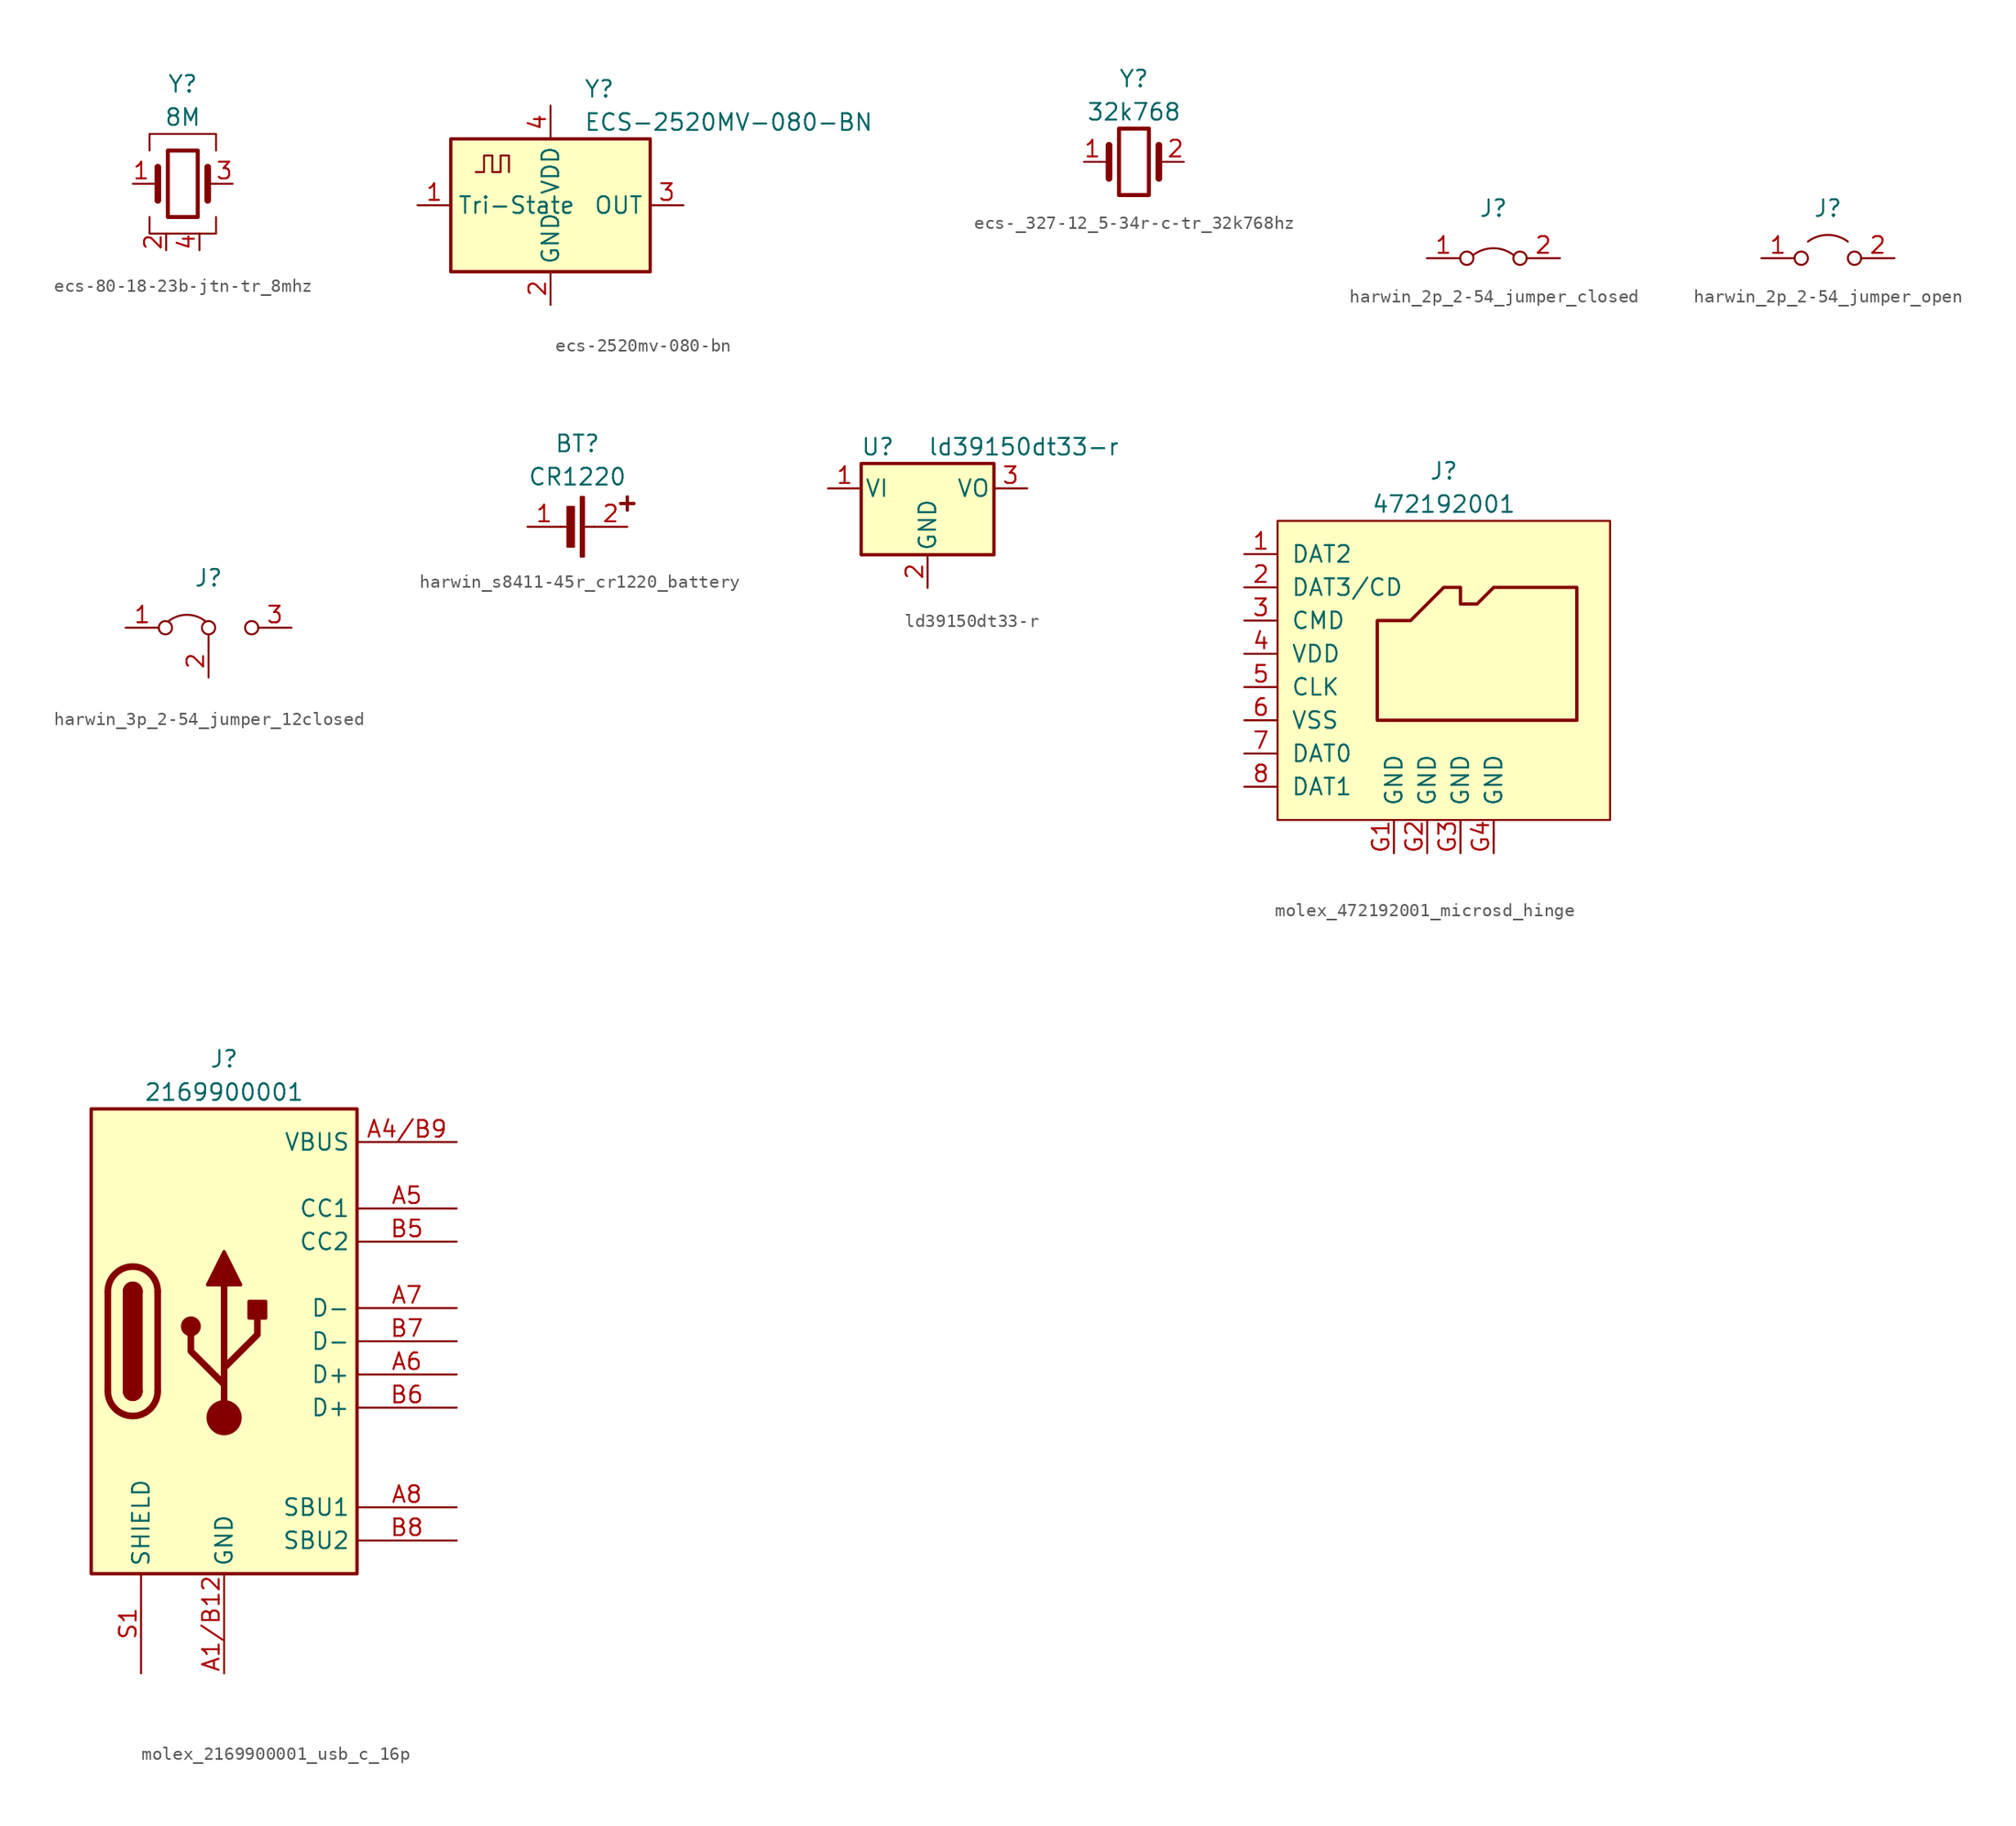
<source format=kicad_sym>
(kicad_symbol_lib
  (version 20241209)
  (generator "kicad_symbol_editor")
  (generator_version "9.0")
  (symbol "ecs-80-18-23b-jtn-tr_8mhz"
    (property "Reference" "Y"
      (at 0 7.62 0)
      (effects (font (size 1.27 1.27))))
    (property "Value" "8M"
      (at 0 5.08 0)
      (effects (font (size 1.27 1.27))))
    (symbol "ecs-80-18-23b-jtn-tr_8mhz_0_1"
      (polyline (pts (xy -2.54 2.54) (xy -2.54 3.81) (xy 2.54 3.81) (xy 2.54 2.54)) (stroke (width 0) (type default)) (fill (type none)))
      (polyline (pts (xy -2.54 0) (xy -1.905 0)) (stroke (width 0) (type default)) (fill (type none)))
      (polyline (pts (xy -2.54 -2.54) (xy -2.54 -3.81) (xy 2.54 -3.81) (xy 2.54 -2.54)) (stroke (width 0) (type default)) (fill (type none)))
      (polyline (pts (xy -1.905 -1.27) (xy -1.905 1.27)) (stroke (width 0.508) (type default)) (fill (type none)))
      (rectangle (start -1.143 2.54) (end 1.143 -2.54) (stroke (width 0.305) (type default)) (fill (type none)))
      (polyline (pts (xy 1.905 -1.27) (xy 1.905 1.27)) (stroke (width 0.508) (type default)) (fill (type none)))
      (polyline (pts (xy 2.54 0) (xy 1.905 0)) (stroke (width 0) (type default)) (fill (type none))))
    (symbol "ecs-80-18-23b-jtn-tr_8mhz_1_0"
      (pin passive line (at -3.81 0 0) (length 1.27) (name "" (effects (font (size 1.27 1.27)))) (number "1" (effects (font (size 1.27 1.27)))))
      (pin passive line (at 3.81 0 180) (length 1.27) (name "" (effects (font (size 1.27 1.27)))) (number "3" (effects (font (size 1.27 1.27))))))
    (symbol "ecs-80-18-23b-jtn-tr_8mhz_1_1"
      (pin power_in line (at -1.27 -5.08 90) (length 1.27) (name "" (effects (font (size 1.27 1.27)))) (number "2" (effects (font (size 1.27 1.27)))))
      (pin power_in line (at 1.27 -5.08 90) (length 1.27) (name "" (effects (font (size 1.27 1.27)))) (number "4" (effects (font (size 1.27 1.27)))))))
  (symbol "ecs-2520mv-080-bn"
    (property "Reference" "Y"
      (at 2.54 8.89 0)
      (effects (font (size 1.27 1.27)) (justify left)))
    (property "Value" "ECS-2520MV-080-BN"
      (at 2.54 6.35 0)
      (effects (font (size 1.27 1.27)) (justify left)))
    (symbol "ecs-2520mv-080-bn_0_1"
      (rectangle (start -7.62 5.08) (end 7.62 -5.08) (stroke (width 0.254) (type default)) (fill (type background)))
      (polyline (pts (xy -5.715 2.54) (xy -5.08 2.54) (xy -5.08 3.81) (xy -4.445 3.81) (xy -4.445 2.54) (xy -3.81 2.54) (xy -3.81 3.81) (xy -3.175 3.81) (xy -3.175 2.54)) (stroke (width 0) (type default)) (fill (type none))))
    (symbol "ecs-2520mv-080-bn_1_1"
      (pin input line (at -10.16 0 0) (length 2.54) (name "Tri-State" (effects (font (size 1.27 1.27)))) (number "1" (effects (font (size 1.27 1.27)))))
      (pin power_in line (at 0 7.62 270) (length 2.54) (name "VDD" (effects (font (size 1.27 1.27)))) (number "4" (effects (font (size 1.27 1.27)))))
      (pin power_in line (at 0 -7.62 90) (length 2.54) (name "GND" (effects (font (size 1.27 1.27)))) (number "2" (effects (font (size 1.27 1.27)))))
      (pin output line (at 10.16 0 180) (length 2.54) (name "OUT" (effects (font (size 1.27 1.27)))) (number "3" (effects (font (size 1.27 1.27)))))))
  (symbol "ecs-_327-12_5-34r-c-tr_32k768hz"
    (property "Reference" "Y"
      (at 0 6.35 0)
      (effects (font (size 1.27 1.27))))
    (property "Value" "32k768"
      (at 0 3.81 0)
      (effects (font (size 1.27 1.27))))
    (symbol "ecs-_327-12_5-34r-c-tr_32k768hz_0_1"
      (polyline (pts (xy -2.54 0) (xy -1.905 0)) (stroke (width 0) (type default)) (fill (type none)))
      (polyline (pts (xy -1.905 -1.27) (xy -1.905 1.27)) (stroke (width 0.508) (type default)) (fill (type none)))
      (rectangle (start -1.143 2.54) (end 1.143 -2.54) (stroke (width 0.305) (type default)) (fill (type none)))
      (polyline (pts (xy 1.905 -1.27) (xy 1.905 1.27)) (stroke (width 0.508) (type default)) (fill (type none)))
      (polyline (pts (xy 2.54 0) (xy 1.905 0)) (stroke (width 0) (type default)) (fill (type none))))
    (symbol "ecs-_327-12_5-34r-c-tr_32k768hz_1_0"
      (pin passive line (at -3.81 0 0) (length 1.27) (name "" (effects (font (size 1.27 1.27)))) (number "1" (effects (font (size 1.27 1.27)))))
      (pin passive line (at 3.81 0 180) (length 1.27) (name "" (effects (font (size 1.27 1.27)))) (number "2" (effects (font (size 1.27 1.27)))))))
  (symbol "harwin_2p_2-54_jumper_closed"
    (pin_names
      (offset 1.016))
    (property "Reference" "J"
      (at 0 3.81 0)
      (effects (font (size 1.27 1.27))))
    (property "Value" ""
      (at 0 13.97 0)
      (effects (font (size 1.27 1.27))))
    (symbol "harwin_2p_2-54_jumper_closed_0_0"
      (circle (center -2.032 0) (radius 0.508) (stroke (width 0) (type default)) (fill (type none)))
      (circle (center 2.032 0) (radius 0.508) (stroke (width 0) (type default)) (fill (type none))))
    (symbol "harwin_2p_2-54_jumper_closed_0_1"
      (arc (start -1.524 0.254) (mid 0 0.762) (end 1.524 0.254) (stroke (width 0) (type default)) (fill (type none))))
    (symbol "harwin_2p_2-54_jumper_closed_1_1"
      (pin passive line (at -5.08 0 0) (length 2.54) (name "" (effects (font (size 1.27 1.27)))) (number "1" (effects (font (size 1.27 1.27)))))
      (pin passive line (at 5.08 0 180) (length 2.54) (name "" (effects (font (size 1.27 1.27)))) (number "2" (effects (font (size 1.27 1.27)))))))
  (symbol "harwin_2p_2-54_jumper_open"
    (pin_names
      (offset 1.016))
    (property "Reference" "J"
      (at 0 3.81 0)
      (effects (font (size 1.27 1.27))))
    (property "Value" ""
      (at 0 13.97 0)
      (effects (font (size 1.27 1.27))))
    (symbol "harwin_2p_2-54_jumper_open_0_0"
      (circle (center -2.032 0) (radius 0.508) (stroke (width 0) (type default)) (fill (type none)))
      (circle (center 2.032 0) (radius 0.508) (stroke (width 0) (type default)) (fill (type none))))
    (symbol "harwin_2p_2-54_jumper_open_0_1"
      (arc (start -1.524 1.27) (mid 0 1.778) (end 1.524 1.27) (stroke (width 0) (type default)) (fill (type none))))
    (symbol "harwin_2p_2-54_jumper_open_1_1"
      (pin passive line (at -5.08 0 0) (length 2.54) (name "" (effects (font (size 1.27 1.27)))) (number "1" (effects (font (size 1.27 1.27)))))
      (pin passive line (at 5.08 0 180) (length 2.54) (name "" (effects (font (size 1.27 1.27)))) (number "2" (effects (font (size 1.27 1.27)))))))
  (symbol "harwin_3p_2-54_jumper_12closed"
    (pin_names
      (offset 1.016))
    (property "Reference" "J"
      (at 0 3.81 0)
      (effects (font (size 1.27 1.27))))
    (property "Value" ""
      (at 0 13.97 0)
      (effects (font (size 1.27 1.27))))
    (symbol "harwin_3p_2-54_jumper_12closed_0_0"
      (circle (center -3.302 0) (radius 0.508) (stroke (width 0) (type default)) (fill (type none)))
      (circle (center 0 0) (radius 0.508) (stroke (width 0) (type default)) (fill (type none)))
      (circle (center 3.302 0) (radius 0.508) (stroke (width 0) (type default)) (fill (type none))))
    (symbol "harwin_3p_2-54_jumper_12closed_0_1"
      (arc (start -3.048 0.508) (mid -1.651 0.9912) (end -0.254 0.508) (stroke (width 0) (type default)) (fill (type none)))
      (polyline (pts (xy 0 -1.27) (xy 0 -0.508)) (stroke (width 0) (type default)) (fill (type none))))
    (symbol "harwin_3p_2-54_jumper_12closed_1_1"
      (pin passive line (at -6.35 0 0) (length 2.54) (name "" (effects (font (size 1.27 1.27)))) (number "1" (effects (font (size 1.27 1.27)))))
      (pin passive line (at 0 -3.81 90) (length 2.54) (name "" (effects (font (size 1.27 1.27)))) (number "2" (effects (font (size 1.27 1.27)))))
      (pin passive line (at 6.35 0 180) (length 2.54) (name "" (effects (font (size 1.27 1.27)))) (number "3" (effects (font (size 1.27 1.27)))))))
  (symbol "harwin_s8411-45r_cr1220_battery"
    (pin_names
      (offset 1.016))
    (property "Reference" "BT"
      (at 0 6.35 0)
      (effects (font (size 1.27 1.27))))
    (property "Value" "CR1220"
      (at 0 3.81 0)
      (effects (font (size 1.27 1.27))))
    (symbol "harwin_s8411-45r_cr1220_battery_0_1"
      (polyline (pts (xy -0.508 0) (xy -1.27 0)) (stroke (width 0) (type default)) (fill (type none)))
      (rectangle (start -0.254 -1.524) (end -0.762 1.524) (stroke (width 0) (type default)) (fill (type outline)))
      (rectangle (start 0.254 2.286) (end 0.508 -2.286) (stroke (width 0) (type default)) (fill (type outline)))
      (polyline (pts (xy 0.508 0) (xy 1.27 0)) (stroke (width 0) (type default)) (fill (type none)))
      (polyline (pts (xy 3.81 1.27) (xy 3.81 2.286)) (stroke (width 0.254) (type default)) (fill (type none)))
      (polyline (pts (xy 4.318 1.778) (xy 3.302 1.778)) (stroke (width 0.254) (type default)) (fill (type none))))
    (symbol "harwin_s8411-45r_cr1220_battery_1_1"
      (pin passive line (at -3.81 0 0) (length 2.54) (name "" (effects (font (size 1.27 1.27)))) (number "1" (effects (font (size 1.27 1.27)))))
      (pin passive line (at 3.81 0 180) (length 2.54) (name "" (effects (font (size 1.27 1.27)))) (number "2" (effects (font (size 1.27 1.27)))))))
  (symbol "ld39150dt33-r"
    (pin_names
      (offset 0.254))
    (property "Reference" "U"
      (at -3.81 3.175 0)
      (effects (font (size 1.27 1.27))))
    (property "Value" "ld39150dt33-r"
      (at 0 3.175 0)
      (effects (font (size 1.27 1.27)) (justify left)))
    (symbol "ld39150dt33-r_0_1"
      (rectangle (start -5.08 -5.08) (end 5.08 1.905) (stroke (width 0.254) (type default)) (fill (type background))))
    (symbol "ld39150dt33-r_1_1"
      (pin power_in line (at -7.62 0 0) (length 2.54) (name "VI" (effects (font (size 1.27 1.27)))) (number "1" (effects (font (size 1.27 1.27)))))
      (pin power_in line (at 0 -7.62 90) (length 2.54) (name "GND" (effects (font (size 1.27 1.27)))) (number "2" (effects (font (size 1.27 1.27)))))
      (pin power_out line (at 7.62 0 180) (length 2.54) (name "VO" (effects (font (size 1.27 1.27)))) (number "3" (effects (font (size 1.27 1.27)))))))
  (symbol "molex_472192001_microsd_hinge"
    (pin_names
      (offset 1.016))
    (property "Reference" "J"
      (at 0 15.24 0)
      (effects (font (size 1.27 1.27))))
    (property "Value" "472192001"
      (at 0 12.7 0)
      (effects (font (size 1.27 1.27))))
    (symbol "molex_472192001_microsd_hinge_0_1"
      (polyline (pts (xy -5.08 -3.81) (xy -5.08 3.81) (xy -2.54 3.81) (xy 0 6.35) (xy 1.27 6.35) (xy 1.27 5.08) (xy 2.54 5.08) (xy 3.81 6.35) (xy 10.16 6.35) (xy 10.16 -3.81) (xy -5.08 -3.81)) (stroke (width 0.254) (type default)) (fill (type background))))
    (symbol "molex_472192001_microsd_hinge_1_1"
      (rectangle (start -12.7 11.43) (end 12.7 -11.43) (stroke (width 0) (type default)) (fill (type background)))
      (pin bidirectional line (at -15.24 8.89 0) (length 2.54) (name "DAT2" (effects (font (size 1.27 1.27)))) (number "1" (effects (font (size 1.27 1.27)))))
      (pin bidirectional line (at -15.24 6.35 0) (length 2.54) (name "DAT3/CD" (effects (font (size 1.27 1.27)))) (number "2" (effects (font (size 1.27 1.27)))))
      (pin input line (at -15.24 3.81 0) (length 2.54) (name "CMD" (effects (font (size 1.27 1.27)))) (number "3" (effects (font (size 1.27 1.27)))))
      (pin power_in line (at -15.24 1.27 0) (length 2.54) (name "VDD" (effects (font (size 1.27 1.27)))) (number "4" (effects (font (size 1.27 1.27)))))
      (pin input line (at -15.24 -1.27 0) (length 2.54) (name "CLK" (effects (font (size 1.27 1.27)))) (number "5" (effects (font (size 1.27 1.27)))))
      (pin power_in line (at -15.24 -3.81 0) (length 2.54) (name "VSS" (effects (font (size 1.27 1.27)))) (number "6" (effects (font (size 1.27 1.27)))))
      (pin bidirectional line (at -15.24 -6.35 0) (length 2.54) (name "DAT0" (effects (font (size 1.27 1.27)))) (number "7" (effects (font (size 1.27 1.27)))))
      (pin bidirectional line (at -15.24 -8.89 0) (length 2.54) (name "DAT1" (effects (font (size 1.27 1.27)))) (number "8" (effects (font (size 1.27 1.27)))))
      (pin passive line (at -3.81 -13.97 90) (length 2.54) (name "GND" (effects (font (size 1.27 1.27)))) (number "G1" (effects (font (size 1.27 1.27)))))
      (pin passive line (at -1.27 -13.97 90) (length 2.54) (name "GND" (effects (font (size 1.27 1.27)))) (number "G2" (effects (font (size 1.27 1.27)))))
      (pin passive line (at 1.27 -13.97 90) (length 2.54) (name "GND" (effects (font (size 1.27 1.27)))) (number "G3" (effects (font (size 1.27 1.27)))))
      (pin passive line (at 3.81 -13.97 90) (length 2.54) (name "GND" (effects (font (size 1.27 1.27)))) (number "G4" (effects (font (size 1.27 1.27)))))))
  (symbol "molex_2169900001_usb_c_16p"
    (property "Reference" "J"
      (at 0 21.59 0)
      (effects (font (size 1.27 1.27))))
    (property "Value" "2169900001"
      (at 0 19.05 0)
      (effects (font (size 1.27 1.27))))
    (symbol "molex_2169900001_usb_c_16p_0_1"
      (rectangle (start -10.16 17.78) (end 10.16 -17.78) (stroke (width 0.254) (type default)) (fill (type background)))
      (polyline (pts (xy -8.89 -3.81) (xy -8.89 3.81)) (stroke (width 0.508) (type default)) (fill (type none)))
      (rectangle (start -7.62 -3.81) (end -6.35 3.81) (stroke (width 0.254) (type default)) (fill (type outline)))
      (arc (start -7.62 3.81) (mid -6.985 4.4423) (end -6.35 3.81) (stroke (width 0.254) (type default)) (fill (type none)))
      (arc (start -7.62 3.81) (mid -6.985 4.4423) (end -6.35 3.81) (stroke (width 0.254) (type default)) (fill (type outline)))
      (arc (start -8.89 3.81) (mid -6.985 5.7067) (end -5.08 3.81) (stroke (width 0.508) (type default)) (fill (type none)))
      (arc (start -5.08 -3.81) (mid -6.985 -5.7067) (end -8.89 -3.81) (stroke (width 0.508) (type default)) (fill (type none)))
      (arc (start -6.35 -3.81) (mid -6.985 -4.4423) (end -7.62 -3.81) (stroke (width 0.254) (type default)) (fill (type none)))
      (arc (start -6.35 -3.81) (mid -6.985 -4.4423) (end -7.62 -3.81) (stroke (width 0.254) (type default)) (fill (type outline)))
      (polyline (pts (xy -5.08 3.81) (xy -5.08 -3.81)) (stroke (width 0.508) (type default)) (fill (type none)))
      (circle (center -2.54 1.143) (radius 0.635) (stroke (width 0.254) (type default)) (fill (type outline)))
      (polyline (pts (xy -1.27 4.318) (xy 0 6.858) (xy 1.27 4.318) (xy -1.27 4.318)) (stroke (width 0.254) (type default)) (fill (type outline)))
      (polyline (pts (xy 0 -2.032) (xy 2.54 0.508) (xy 2.54 1.778)) (stroke (width 0.508) (type default)) (fill (type none)))
      (polyline (pts (xy 0 -3.302) (xy -2.54 -0.762) (xy -2.54 0.508)) (stroke (width 0.508) (type default)) (fill (type none)))
      (polyline (pts (xy 0 -5.842) (xy 0 4.318)) (stroke (width 0.508) (type default)) (fill (type none)))
      (circle (center 0 -5.842) (radius 1.27) (stroke (width 0) (type default)) (fill (type outline)))
      (rectangle (start 1.905 1.778) (end 3.175 3.048) (stroke (width 0.254) (type default)) (fill (type outline))))
    (symbol "molex_2169900001_usb_c_16p_1_1"
      (pin passive line (at -6.35 -25.4 90) (length 7.62) (name "SHIELD" (effects (font (size 1.27 1.27)))) (number "S1" (effects (font (size 1.27 1.27)))))
      (pin passive line (at 0 -25.4 90) (length 7.62) (name "GND" (effects (font (size 1.27 1.27)))) (number "A1/B12" (effects (font (size 1.27 1.27)))))
      (pin passive line (at 0 -25.4 90) (length 7.62) (hide yes) (name "GND" (effects (font (size 1.27 1.27)))) (number "B1/A12" (effects (font (size 1.27 1.27)))))
      (pin passive line (at 17.78 15.24 180) (length 7.62) (name "VBUS" (effects (font (size 1.27 1.27)))) (number "A4/B9" (effects (font (size 1.27 1.27)))))
      (pin passive line (at 17.78 15.24 180) (length 7.62) (hide yes) (name "VBUS" (effects (font (size 1.27 1.27)))) (number "B4/A9" (effects (font (size 1.27 1.27)))))
      (pin bidirectional line (at 17.78 10.16 180) (length 7.62) (name "CC1" (effects (font (size 1.27 1.27)))) (number "A5" (effects (font (size 1.27 1.27)))))
      (pin bidirectional line (at 17.78 7.62 180) (length 7.62) (name "CC2" (effects (font (size 1.27 1.27)))) (number "B5" (effects (font (size 1.27 1.27)))))
      (pin bidirectional line (at 17.78 2.54 180) (length 7.62) (name "D-" (effects (font (size 1.27 1.27)))) (number "A7" (effects (font (size 1.27 1.27)))))
      (pin bidirectional line (at 17.78 0 180) (length 7.62) (name "D-" (effects (font (size 1.27 1.27)))) (number "B7" (effects (font (size 1.27 1.27)))))
      (pin bidirectional line (at 17.78 -2.54 180) (length 7.62) (name "D+" (effects (font (size 1.27 1.27)))) (number "A6" (effects (font (size 1.27 1.27)))))
      (pin bidirectional line (at 17.78 -5.08 180) (length 7.62) (name "D+" (effects (font (size 1.27 1.27)))) (number "B6" (effects (font (size 1.27 1.27)))))
      (pin bidirectional line (at 17.78 -12.7 180) (length 7.62) (name "SBU1" (effects (font (size 1.27 1.27)))) (number "A8" (effects (font (size 1.27 1.27)))))
      (pin bidirectional line (at 17.78 -15.24 180) (length 7.62) (name "SBU2" (effects (font (size 1.27 1.27)))) (number "B8" (effects (font (size 1.27 1.27))))))))
</source>
